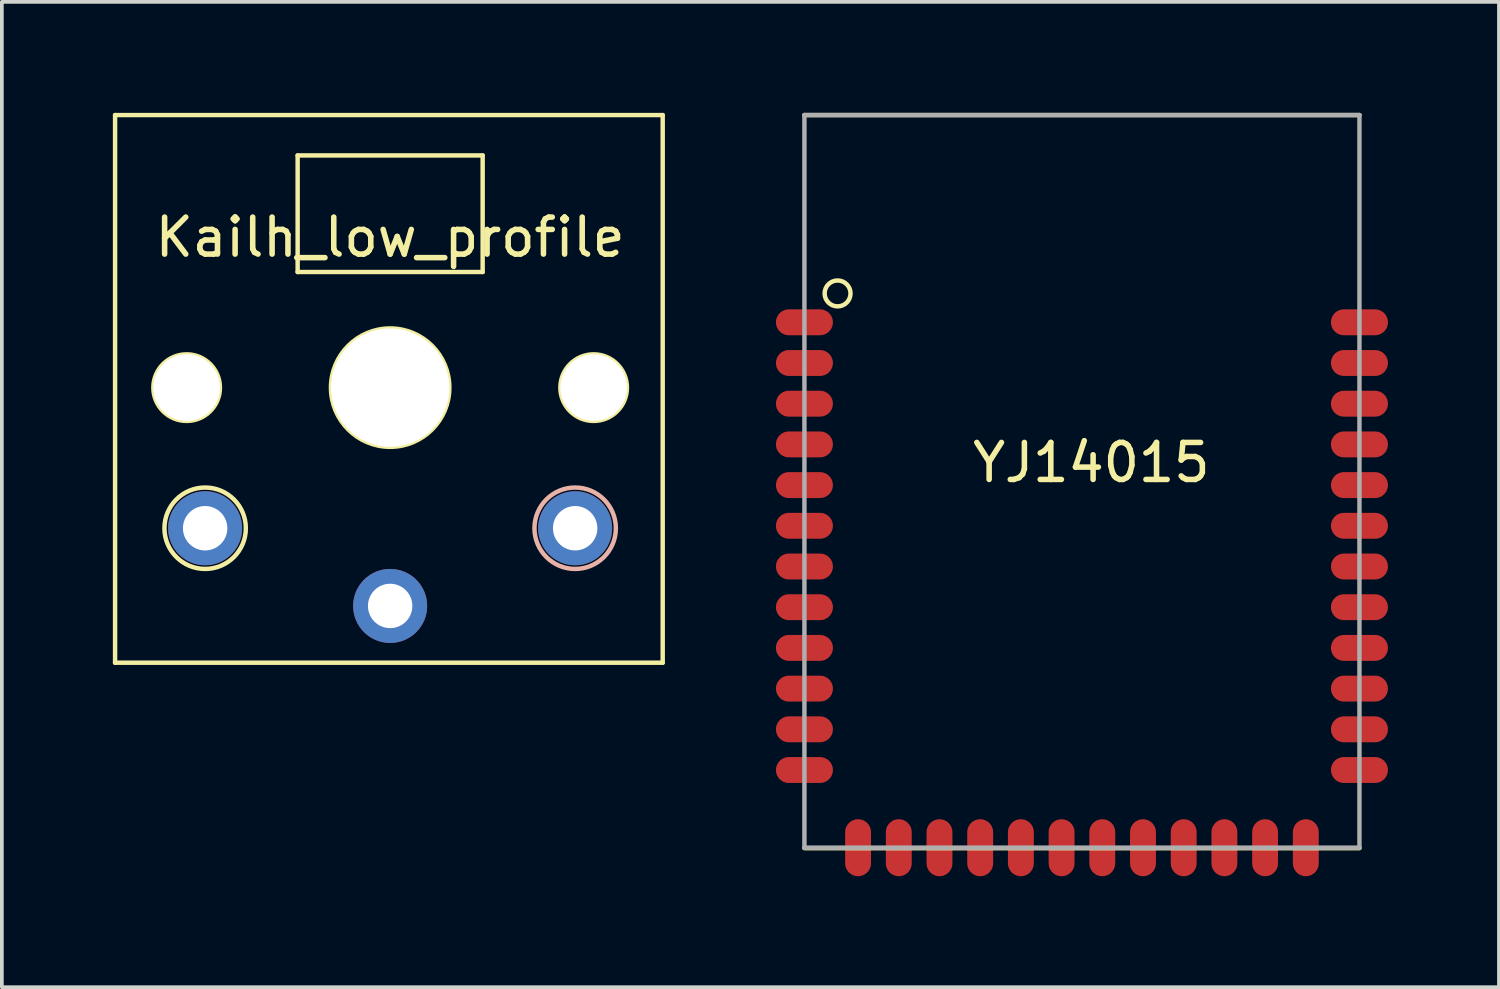
<source format=kicad_pcb>
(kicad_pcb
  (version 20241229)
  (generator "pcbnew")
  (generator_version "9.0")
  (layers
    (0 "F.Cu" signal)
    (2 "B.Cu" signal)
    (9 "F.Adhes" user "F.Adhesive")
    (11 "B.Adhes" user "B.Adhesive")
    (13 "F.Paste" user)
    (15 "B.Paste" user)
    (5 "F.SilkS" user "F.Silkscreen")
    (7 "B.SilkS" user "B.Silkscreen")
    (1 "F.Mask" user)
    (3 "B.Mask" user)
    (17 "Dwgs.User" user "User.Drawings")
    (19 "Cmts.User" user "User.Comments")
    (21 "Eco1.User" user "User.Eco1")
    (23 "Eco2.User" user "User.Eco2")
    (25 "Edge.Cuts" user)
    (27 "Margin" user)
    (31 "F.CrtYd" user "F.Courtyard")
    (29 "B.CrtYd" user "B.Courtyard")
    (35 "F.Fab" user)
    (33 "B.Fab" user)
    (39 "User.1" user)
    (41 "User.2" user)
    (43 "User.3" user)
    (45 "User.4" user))
  (footprint "YJ14015"
    (layer "F.Cu")
    (at 26.19 9.96)
    (property "Reference" "YJ14015" (at 0.254 -0.508 0) (layer "F.SilkS") (effects (font (size 1 1) (thickness 0.15))))
    (attr through_hole)
    (fp_line (start -7.5 -9.9) (end 7.5 -9.9) (stroke (width 0.12) (type solid)) (layer "F.SilkS"))
    (fp_line (start -7.5 9.912) (end 7.5 9.912) (stroke (width 0.12) (type solid)) (layer "F.SilkS"))
    (fp_circle (center -6.604 -5.08) (end -6.254 -5.08) (stroke (width 0.12) (type solid)) (fill no) (layer "F.SilkS"))
    (fp_line (start -7.5 -9.9) (end 7.5 -9.9) (stroke (width 0.12) (type solid)) (layer "F.Fab"))
    (fp_line (start -7.5 9.9) (end -7.5 -9.9) (stroke (width 0.12) (type solid)) (layer "F.Fab"))
    (fp_line (start 7.5 -9.9) (end 7.5 9.9) (stroke (width 0.12) (type solid)) (layer "F.Fab"))
    (fp_line (start 7.5 9.9) (end -7.5 9.9) (stroke (width 0.12) (type solid)) (layer "F.Fab"))
    (pad "0" smd oval (at -4.95 9.9 90) (size 1.54 0.7) (layers "F.Cu" "F.Mask" "F.Paste"))
    (pad "1" smd oval (at -3.85 9.9 90) (size 1.54 0.7) (layers "F.Cu" "F.Mask" "F.Paste"))
    (pad "2" smd oval (at -2.75 9.9 90) (size 1.54 0.7) (layers "F.Cu" "F.Mask" "F.Paste"))
    (pad "3" smd oval (at -1.65 9.9 90) (size 1.54 0.7) (layers "F.Cu" "F.Mask" "F.Paste"))
    (pad "4" smd oval (at -0.55 9.9 90) (size 1.54 0.7) (layers "F.Cu" "F.Mask" "F.Paste"))
    (pad "5" smd oval (at 0.55 9.9 90) (size 1.54 0.7) (layers "F.Cu" "F.Mask" "F.Paste"))
    (pad "6" smd oval (at 1.65 9.9 90) (size 1.54 0.7) (layers "F.Cu" "F.Mask" "F.Paste"))
    (pad "7" smd oval (at 2.75 9.9 90) (size 1.54 0.7) (layers "F.Cu" "F.Mask" "F.Paste"))
    (pad "8" smd oval (at 3.85 9.9 90) (size 1.54 0.7) (layers "F.Cu" "F.Mask" "F.Paste"))
    (pad "9" smd oval (at 4.95 9.9 90) (size 1.54 0.7) (layers "F.Cu" "F.Mask" "F.Paste"))
    (pad "10" smd oval (at 6.05 9.9 90) (size 1.54 0.7) (layers "F.Cu" "F.Mask" "F.Paste"))
    (pad "11" smd oval (at 7.5 7.8) (size 1.54 0.7) (layers "F.Cu" "F.Mask" "F.Paste"))
    (pad "12" smd oval (at 7.5 6.7) (size 1.54 0.7) (layers "F.Cu" "F.Mask" "F.Paste"))
    (pad "13" smd oval (at 7.5 5.6) (size 1.54 0.7) (layers "F.Cu" "F.Mask" "F.Paste"))
    (pad "14" smd oval (at 7.5 4.5) (size 1.54 0.7) (layers "F.Cu" "F.Mask" "F.Paste"))
    (pad "15" smd oval (at 7.5 3.4) (size 1.54 0.7) (layers "F.Cu" "F.Mask" "F.Paste"))
    (pad "16" smd oval (at 7.5 2.3) (size 1.54 0.7) (layers "F.Cu" "F.Mask" "F.Paste"))
    (pad "17" smd oval (at 7.5 -1) (size 1.54 0.7) (layers "F.Cu" "F.Mask" "F.Paste"))
    (pad "18" smd oval (at 7.5 -2.1) (size 1.54 0.7) (layers "F.Cu" "F.Mask" "F.Paste"))
    (pad "19" smd oval (at 7.5 -3.2) (size 1.54 0.7) (layers "F.Cu" "F.Mask" "F.Paste"))
    (pad "20" smd oval (at 7.5 -4.3) (size 1.54 0.7) (layers "F.Cu" "F.Mask" "F.Paste"))
    (pad "21" smd oval (at -7.5 -3.2) (size 1.54 0.7) (layers "F.Cu" "F.Mask" "F.Paste"))
    (pad "22" smd oval (at -7.5 -2.1) (size 1.54 0.7) (layers "F.Cu" "F.Mask" "F.Paste"))
    (pad "23" smd oval (at -7.5 -1) (size 1.54 0.7) (layers "F.Cu" "F.Mask" "F.Paste"))
    (pad "24" smd oval (at -7.5 0.1) (size 1.54 0.7) (layers "F.Cu" "F.Mask" "F.Paste"))
    (pad "25" smd oval (at -7.5 1.2) (size 1.54 0.7) (layers "F.Cu" "F.Mask" "F.Paste"))
    (pad "28" smd oval (at -7.5 4.5) (size 1.54 0.7) (layers "F.Cu" "F.Mask" "F.Paste"))
    (pad "29" smd oval (at -7.5 5.6) (size 1.54 0.7) (layers "F.Cu" "F.Mask" "F.Paste"))
    (pad "30" smd oval (at -6.05 9.9 90) (size 1.54 0.7) (layers "F.Cu" "F.Mask" "F.Paste"))
    (pad "31" smd oval (at 7.5 0.1) (size 1.54 0.7) (layers "F.Cu" "F.Mask" "F.Paste"))
    (pad "32" smd oval (at 7.5 1.2) (size 1.54 0.7) (layers "F.Cu" "F.Mask" "F.Paste"))
    (pad "33" smd oval (at -7.5 -4.3) (size 1.54 0.7) (layers "F.Cu" "F.Mask" "F.Paste"))
    (pad "34" smd oval (at -7.5 7.8) (size 1.54 0.7) (layers "F.Cu" "F.Mask" "F.Paste"))
    (pad "35" smd oval (at -7.5 2.3) (size 1.54 0.7) (layers "F.Cu" "F.Mask" "F.Paste"))
    (pad "36" smd oval (at -7.5 3.4) (size 1.54 0.7) (layers "F.Cu" "F.Mask" "F.Paste"))
    (pad "37" smd oval (at -7.5 6.7) (size 1.54 0.7) (layers "F.Cu" "F.Mask" "F.Paste")))
  (footprint "Kailh_low_profile"
    (layer "F.Cu")
    (at 7.494 7.426)
    (property "Reference" "Kailh_low_profile" (at 0 -4.064 0) (layer "F.SilkS") (effects (font (size 1 1) (thickness 0.15))))
    (attr through_hole)
    (fp_line (start -7.434 -7.366) (end 7.366 -7.366) (stroke (width 0.12) (type solid)) (layer "F.SilkS"))
    (fp_line (start -7.434 7.434) (end -7.434 -7.366) (stroke (width 0.12) (type solid)) (layer "F.SilkS"))
    (fp_line (start -2.5 -3.125) (end -2.5 -6.275) (stroke (width 0.12) (type solid)) (layer "F.SilkS"))
    (fp_line (start 2.5 -6.275) (end -2.5 -6.275) (stroke (width 0.12) (type solid)) (layer "F.SilkS"))
    (fp_line (start 2.5 -3.125) (end -2.5 -3.125) (stroke (width 0.12) (type solid)) (layer "F.SilkS"))
    (fp_line (start 2.5 -3.125) (end 2.5 -6.275) (stroke (width 0.12) (type solid)) (layer "F.SilkS"))
    (fp_line (start 7.366 -7.366) (end 7.366 7.434) (stroke (width 0.12) (type solid)) (layer "F.SilkS"))
    (fp_line (start 7.366 7.434) (end -7.434 7.434) (stroke (width 0.12) (type solid)) (layer "F.SilkS"))
    (fp_circle (center -5.5 0) (end -4.6 0) (stroke (width 0.12) (type solid)) (fill no) (layer "F.SilkS"))
    (fp_circle (center -5 3.8) (end -3.9 3.8) (stroke (width 0.12) (type solid)) (fill no) (layer "F.SilkS"))
    (fp_circle (center 0 0) (end 1.6 0) (stroke (width 0.12) (type solid)) (fill no) (layer "F.SilkS"))
    (fp_circle (center 5.5 0) (end 6.4 0) (stroke (width 0.12) (type solid)) (fill no) (layer "F.SilkS"))
    (fp_circle (center 5 3.8) (end 6.1 3.8) (stroke (width 0.12) (type solid)) (fill no) (layer "B.SilkS"))
    (pad "" np_thru_hole circle (at -5.5 0) (size 1.8 1.8) (drill 1.8) (layers "*.Cu" "*.Mask"))
    (pad "" np_thru_hole circle (at 0 0) (size 3.2 3.2) (drill 3.2) (layers "*.Cu" "*.Mask"))
    (pad "" np_thru_hole circle (at 5.5 0) (size 1.8 1.8) (drill 1.8) (layers "*.Cu" "*.Mask"))
    (pad "1" thru_hole circle (at 5 3.8 180) (size 2 2) (drill 1.2) (layers "*.Cu" "*.Mask"))
    (pad "2" thru_hole circle (at 0 5.9 180) (size 2 2) (drill 1.2) (layers "*.Cu" "*.Mask"))
    (pad "3" thru_hole circle (at -5 3.8 180) (size 2 2) (drill 1.2) (layers "*.Cu" "*.Mask")))
  (gr_rect
    (start -3 -3)
    (end 37.46 23.63)
    (stroke (width 0.1) (type default))
    (fill no)
    (layer "Edge.Cuts")))
</source>
